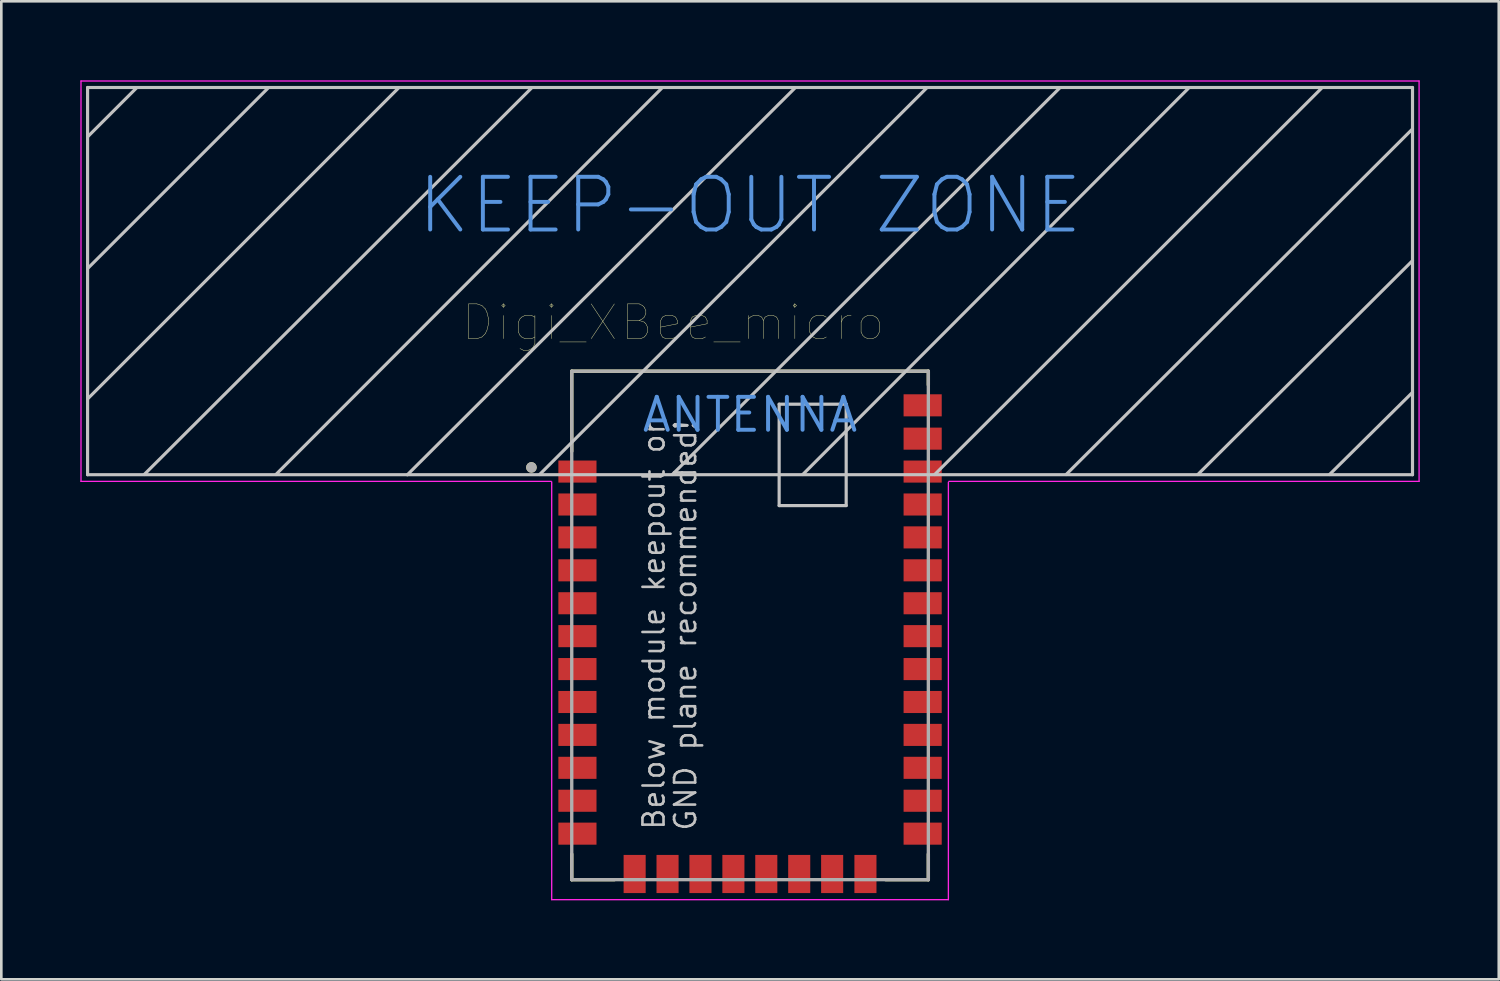
<source format=kicad_pcb>
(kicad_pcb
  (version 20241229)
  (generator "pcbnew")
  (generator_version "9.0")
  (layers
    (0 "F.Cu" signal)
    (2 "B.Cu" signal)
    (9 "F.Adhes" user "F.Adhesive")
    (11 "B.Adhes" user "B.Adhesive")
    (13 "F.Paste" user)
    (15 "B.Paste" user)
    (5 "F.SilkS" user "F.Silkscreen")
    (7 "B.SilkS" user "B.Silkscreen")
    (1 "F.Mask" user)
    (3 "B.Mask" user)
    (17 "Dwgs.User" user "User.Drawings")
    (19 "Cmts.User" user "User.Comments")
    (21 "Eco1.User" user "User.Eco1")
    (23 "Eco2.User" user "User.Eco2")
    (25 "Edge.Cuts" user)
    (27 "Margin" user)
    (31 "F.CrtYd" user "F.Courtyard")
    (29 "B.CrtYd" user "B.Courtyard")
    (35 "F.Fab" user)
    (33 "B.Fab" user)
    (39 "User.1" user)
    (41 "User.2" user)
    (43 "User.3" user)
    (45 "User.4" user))
  (footprint "Digi_XBee_micro"
    (layer "F.Cu")
    (at 25.425 20.695)
    (property "Reference" "Digi_XBee_micro" (at -2.919 -11.498 0) (layer "F.SilkS") (effects (font (size 1.32 1.32) (thickness 0.015))))
    (attr through_hole)
    (fp_line (start -6.769 -9.652) (end 6.769 -9.652) (stroke (width 0.127) (type solid)) (layer "F.SilkS"))
    (fp_line (start -6.769 -6.61) (end -6.769 -9.652) (stroke (width 0.127) (type solid)) (layer "F.SilkS"))
    (fp_line (start -6.769 8.68) (end -6.769 9.652) (stroke (width 0.127) (type solid)) (layer "F.SilkS"))
    (fp_line (start -6.769 9.652) (end -5.15 9.652) (stroke (width 0.127) (type solid)) (layer "F.SilkS"))
    (fp_line (start 5.15 9.652) (end 6.769 9.652) (stroke (width 0.127) (type solid)) (layer "F.SilkS"))
    (fp_line (start 6.769 -9.652) (end 6.769 -9.13) (stroke (width 0.127) (type solid)) (layer "F.SilkS"))
    (fp_line (start 6.769 9.652) (end 6.769 8.68) (stroke (width 0.127) (type solid)) (layer "F.SilkS"))
    (fp_circle (center -8.3 -6) (end -8.2 -6) (stroke (width 0.2) (type solid)) (fill no) (layer "F.SilkS"))
    (fp_line (start -25.15 -20.423) (end -25.15 -5.723) (stroke (width 0.12) (type solid)) (layer "Dwgs.User"))
    (fp_line (start -25.15 -20.423) (end 25.15 -20.423) (stroke (width 0.12) (type solid)) (layer "Dwgs.User"))
    (fp_line (start -25.15 -5.723) (end 25.15 -5.723) (stroke (width 0.12) (type solid)) (layer "Dwgs.User"))
    (fp_line (start -23.3 -20.4) (end -25.15 -18.55) (stroke (width 0.12) (type solid)) (layer "Dwgs.User"))
    (fp_line (start -18.3 -20.4) (end -25.15 -13.55) (stroke (width 0.12) (type solid)) (layer "Dwgs.User"))
    (fp_line (start -13.35 -20.4) (end -25.15 -8.6) (stroke (width 0.12) (type solid)) (layer "Dwgs.User"))
    (fp_line (start -8.3 -20.4) (end -23 -5.73) (stroke (width 0.12) (type solid)) (layer "Dwgs.User"))
    (fp_line (start -3.35 -20.4) (end -18 -5.73) (stroke (width 0.12) (type solid)) (layer "Dwgs.User"))
    (fp_line (start 1.105 -8.4) (end 1.105 -4.55) (stroke (width 0.12) (type solid)) (layer "Dwgs.User"))
    (fp_line (start 1.105 -4.55) (end 3.65 -4.55) (stroke (width 0.12) (type solid)) (layer "Dwgs.User"))
    (fp_line (start 1.7 -20.4) (end -13.01 -5.72) (stroke (width 0.12) (type solid)) (layer "Dwgs.User"))
    (fp_line (start 3.65 -8.4) (end 1.105 -8.4) (stroke (width 0.12) (type solid)) (layer "Dwgs.User"))
    (fp_line (start 3.65 -4.55) (end 3.65 -8.4) (stroke (width 0.12) (type solid)) (layer "Dwgs.User"))
    (fp_line (start 6.7 -20.4) (end -7.99 -5.73) (stroke (width 0.12) (type solid)) (layer "Dwgs.User"))
    (fp_line (start 11.75 -20.4) (end -2.95 -5.73) (stroke (width 0.12) (type solid)) (layer "Dwgs.User"))
    (fp_line (start 16.65 -20.4) (end 2 -5.73) (stroke (width 0.12) (type solid)) (layer "Dwgs.User"))
    (fp_line (start 21.7 -20.4) (end 7.01 -5.73) (stroke (width 0.12) (type solid)) (layer "Dwgs.User"))
    (fp_line (start 25.15 -20.423) (end 25.15 -5.723) (stroke (width 0.12) (type solid)) (layer "Dwgs.User"))
    (fp_line (start 25.15 -18.85) (end 12 -5.73) (stroke (width 0.12) (type solid)) (layer "Dwgs.User"))
    (fp_line (start 25.15 -13.85) (end 17 -5.73) (stroke (width 0.12) (type solid)) (layer "Dwgs.User"))
    (fp_line (start 25.15 -8.85) (end 22 -5.73) (stroke (width 0.12) (type solid)) (layer "Dwgs.User"))
    (fp_line (start -25.4 -20.67) (end -25.4 -5.47) (stroke (width 0.05) (type solid)) (layer "F.CrtYd"))
    (fp_line (start -25.4 -5.47) (end -7.55 -5.47) (stroke (width 0.05) (type solid)) (layer "F.CrtYd"))
    (fp_line (start -7.53 -5.45) (end -7.53 10.41) (stroke (width 0.05) (type solid)) (layer "F.CrtYd"))
    (fp_line (start -7.53 10.41) (end 7.53 10.41) (stroke (width 0.05) (type solid)) (layer "F.CrtYd"))
    (fp_line (start 7.53 10.41) (end 7.53 -5.436) (stroke (width 0.05) (type solid)) (layer "F.CrtYd"))
    (fp_line (start 7.55 -5.47) (end 25.4 -5.47) (stroke (width 0.05) (type solid)) (layer "F.CrtYd"))
    (fp_line (start 25.4 -20.67) (end -25.4 -20.67) (stroke (width 0.05) (type solid)) (layer "F.CrtYd"))
    (fp_line (start 25.4 -5.47) (end 25.4 -20.67) (stroke (width 0.05) (type solid)) (layer "F.CrtYd"))
    (fp_line (start -6.769 -9.652) (end 6.769 -9.652) (stroke (width 0.127) (type solid)) (layer "F.Fab"))
    (fp_line (start -6.769 9.652) (end -6.769 -9.652) (stroke (width 0.127) (type solid)) (layer "F.Fab"))
    (fp_line (start 6.769 -9.652) (end 6.769 9.652) (stroke (width 0.127) (type solid)) (layer "F.Fab"))
    (fp_line (start 6.769 9.652) (end -6.769 9.652) (stroke (width 0.127) (type solid)) (layer "F.Fab"))
    (fp_circle (center -8.3 -6) (end -8.2 -6) (stroke (width 0.2) (type solid)) (fill no) (layer "F.Fab"))
    (fp_text user "Below module keepout or" (at -3.65 0 90) (layer "Dwgs.User") (effects (font (size 0.8 0.8) (thickness 0.1))))
    (fp_text user "GND plane recommended!" (at -2.45 0 90) (layer "Dwgs.User") (effects (font (size 0.8 0.8) (thickness 0.1))))
    (fp_text user "ANTENNA" (at 0 -8 0) (layer "Cmts.User") (effects (font (size 1.25 1.25) (thickness 0.15))))
    (fp_text user "KEEP-OUT ZONE" (at 0 -15.95 0) (layer "Cmts.User") (effects (font (size 2 2) (thickness 0.15))))
    (pad "1" smd rect (at -6.553 -5.842) (size 1.448 0.838) (layers "F.Cu" "F.Mask" "F.Paste"))
    (pad "2" smd rect (at -6.553 -4.592) (size 1.448 0.838) (layers "F.Cu" "F.Mask" "F.Paste"))
    (pad "3" smd rect (at -6.553 -3.343) (size 1.448 0.838) (layers "F.Cu" "F.Mask" "F.Paste"))
    (pad "4" smd rect (at -6.553 -2.093) (size 1.448 0.838) (layers "F.Cu" "F.Mask" "F.Paste"))
    (pad "5" smd rect (at -6.553 -0.843) (size 1.448 0.838) (layers "F.Cu" "F.Mask" "F.Paste"))
    (pad "6" smd rect (at -6.553 0.406) (size 1.448 0.838) (layers "F.Cu" "F.Mask" "F.Paste"))
    (pad "7" smd rect (at -6.553 1.656) (size 1.448 0.838) (layers "F.Cu" "F.Mask" "F.Paste"))
    (pad "8" smd rect (at -6.553 2.906) (size 1.448 0.838) (layers "F.Cu" "F.Mask" "F.Paste"))
    (pad "9" smd rect (at -6.553 4.155) (size 1.448 0.838) (layers "F.Cu" "F.Mask" "F.Paste"))
    (pad "10" smd rect (at -6.553 5.405) (size 1.448 0.838) (layers "F.Cu" "F.Mask" "F.Paste"))
    (pad "11" smd rect (at -6.553 6.655) (size 1.448 0.838) (layers "F.Cu" "F.Mask" "F.Paste"))
    (pad "12" smd rect (at -6.553 7.904) (size 1.448 0.838) (layers "F.Cu" "F.Mask" "F.Paste"))
    (pad "13" smd rect (at -4.381 9.436) (size 0.838 1.448) (layers "F.Cu" "F.Mask" "F.Paste"))
    (pad "14" smd rect (at -3.132 9.436) (size 0.838 1.448) (layers "F.Cu" "F.Mask" "F.Paste"))
    (pad "15" smd rect (at -1.882 9.436) (size 0.838 1.448) (layers "F.Cu" "F.Mask" "F.Paste"))
    (pad "16" smd rect (at -0.632 9.436) (size 0.838 1.448) (layers "F.Cu" "F.Mask" "F.Paste"))
    (pad "17" smd rect (at 0.617 9.436) (size 0.838 1.448) (layers "F.Cu" "F.Mask" "F.Paste"))
    (pad "18" smd rect (at 1.867 9.436) (size 0.838 1.448) (layers "F.Cu" "F.Mask" "F.Paste"))
    (pad "19" smd rect (at 3.117 9.436) (size 0.838 1.448) (layers "F.Cu" "F.Mask" "F.Paste"))
    (pad "20" smd rect (at 4.381 9.436) (size 0.838 1.448) (layers "F.Cu" "F.Mask" "F.Paste"))
    (pad "21" smd rect (at 6.553 7.904) (size 1.448 0.838) (layers "F.Cu" "F.Mask" "F.Paste"))
    (pad "22" smd rect (at 6.553 6.655) (size 1.448 0.838) (layers "F.Cu" "F.Mask" "F.Paste"))
    (pad "23" smd rect (at 6.553 5.405) (size 1.448 0.838) (layers "F.Cu" "F.Mask" "F.Paste"))
    (pad "24" smd rect (at 6.553 4.155) (size 1.448 0.838) (layers "F.Cu" "F.Mask" "F.Paste"))
    (pad "25" smd rect (at 6.553 2.906) (size 1.448 0.838) (layers "F.Cu" "F.Mask" "F.Paste"))
    (pad "26" smd rect (at 6.553 1.656) (size 1.448 0.838) (layers "F.Cu" "F.Mask" "F.Paste"))
    (pad "27" smd rect (at 6.553 0.406) (size 1.448 0.838) (layers "F.Cu" "F.Mask" "F.Paste"))
    (pad "28" smd rect (at 6.553 -0.843) (size 1.448 0.838) (layers "F.Cu" "F.Mask" "F.Paste"))
    (pad "29" smd rect (at 6.553 -2.093) (size 1.448 0.838) (layers "F.Cu" "F.Mask" "F.Paste"))
    (pad "30" smd rect (at 6.553 -3.343) (size 1.448 0.838) (layers "F.Cu" "F.Mask" "F.Paste"))
    (pad "31" smd rect (at 6.553 -4.592) (size 1.448 0.838) (layers "F.Cu" "F.Mask" "F.Paste"))
    (pad "32" smd rect (at 6.553 -5.842) (size 1.448 0.838) (layers "F.Cu" "F.Mask" "F.Paste"))
    (pad "33" smd rect (at 6.553 -7.092) (size 1.448 0.838) (layers "F.Cu" "F.Mask" "F.Paste"))
    (pad "34" smd rect (at 6.553 -8.357) (size 1.448 0.838) (layers "F.Cu" "F.Mask" "F.Paste")))
  (gr_rect
    (start -3 -3)
    (end 53.85 34.13)
    (stroke (width 0.1) (type default))
    (fill no)
    (layer "Edge.Cuts")))
</source>
